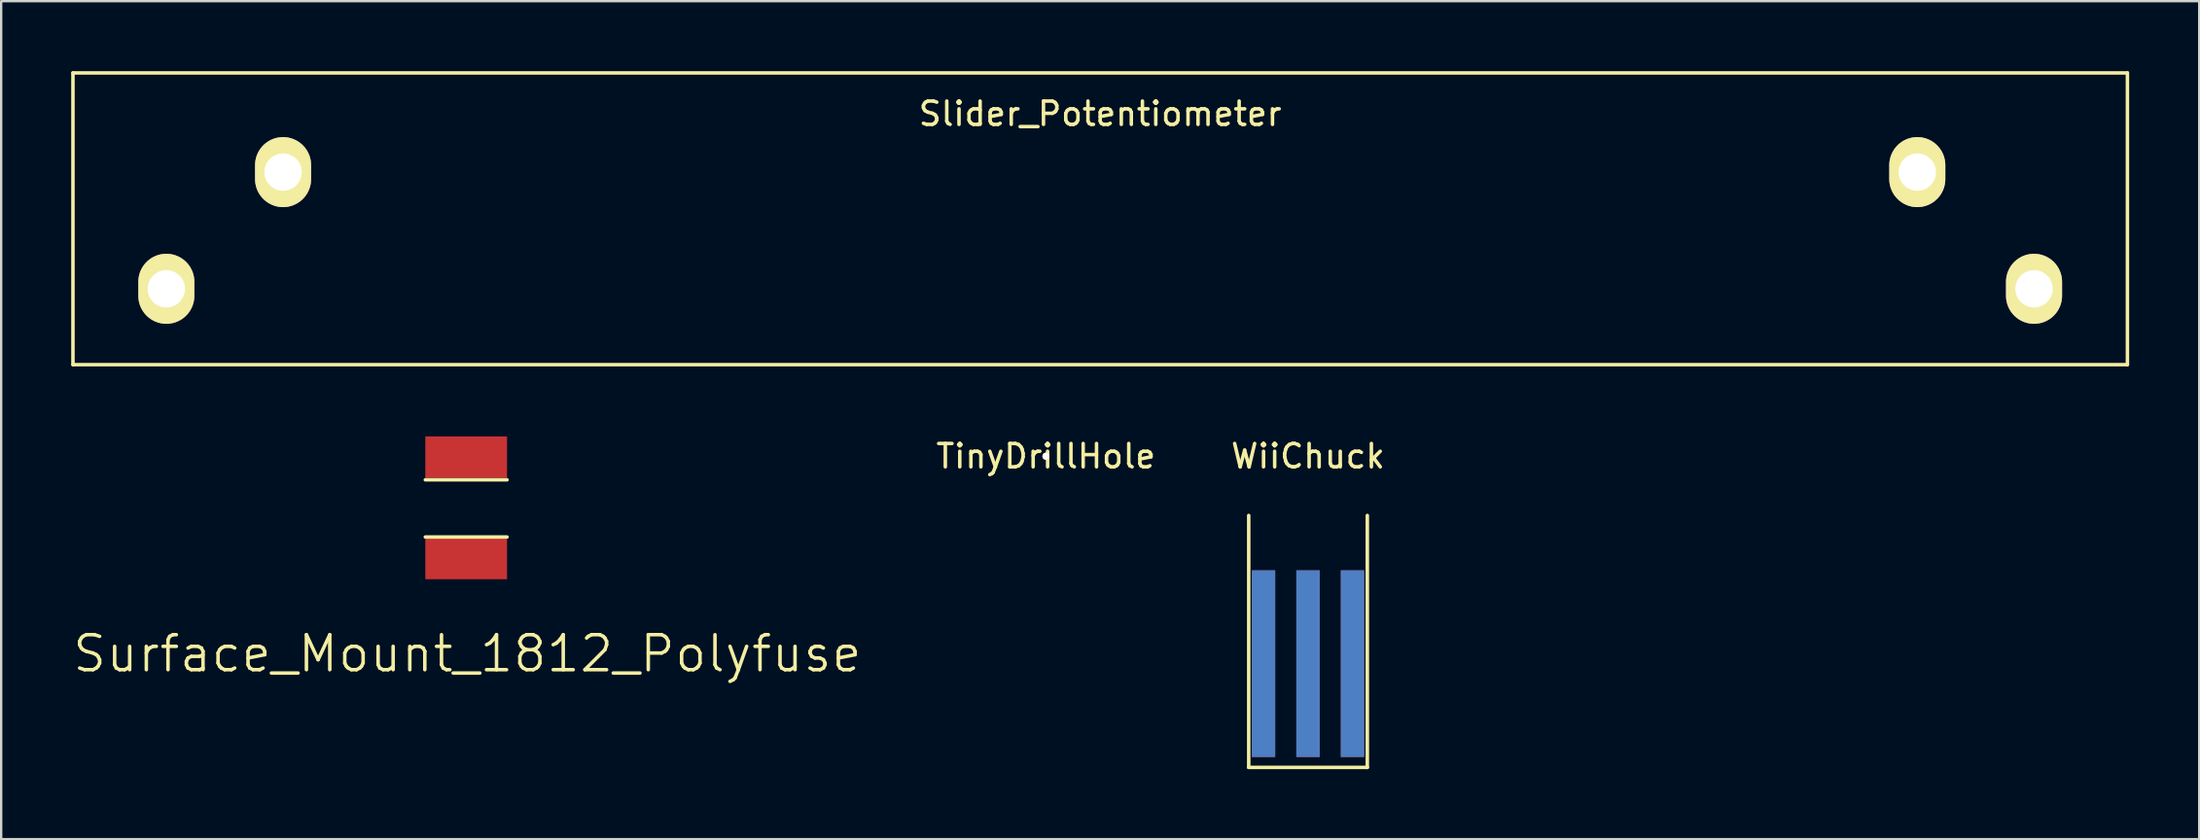
<source format=kicad_pcb>
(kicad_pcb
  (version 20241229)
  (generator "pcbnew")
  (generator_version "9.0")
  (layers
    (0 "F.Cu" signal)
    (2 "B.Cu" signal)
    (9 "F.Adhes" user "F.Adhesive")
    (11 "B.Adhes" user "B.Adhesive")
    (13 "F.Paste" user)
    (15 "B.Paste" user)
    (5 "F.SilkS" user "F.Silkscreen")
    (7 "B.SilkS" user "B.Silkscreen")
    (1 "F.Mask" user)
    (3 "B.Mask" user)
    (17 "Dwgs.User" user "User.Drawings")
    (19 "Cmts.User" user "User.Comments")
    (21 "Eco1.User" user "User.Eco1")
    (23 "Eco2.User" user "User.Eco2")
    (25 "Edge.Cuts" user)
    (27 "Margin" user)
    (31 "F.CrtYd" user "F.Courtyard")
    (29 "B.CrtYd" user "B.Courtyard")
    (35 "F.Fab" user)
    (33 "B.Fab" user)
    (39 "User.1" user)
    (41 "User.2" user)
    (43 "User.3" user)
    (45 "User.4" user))
  (footprint "Surface_Mount_1812_Polyfuse"
    (layer "F.Cu")
    (at 16.918 18.71)
    (property "Reference" "Surface_Mount_1812_Polyfuse" (at 0.05 6.25 0) (layer "F.SilkS") (effects (font (size 1.5 1.5) (thickness 0.15))))
    (attr through_hole)
    (fp_line (start -1.75 -1.2) (end 1.75 -1.2) (stroke (width 0.15) (type solid)) (layer "F.SilkS"))
    (fp_line (start -1.75 1.25) (end 1.75 1.25) (stroke (width 0.15) (type solid)) (layer "F.SilkS"))
    (pad "1" smd rect (at 0 -2.17) (size 3.5 1.78) (layers "F.Cu" "F.Mask" "F.Paste"))
    (pad "2" smd rect (at 0 2.17) (size 3.5 1.78) (layers "F.Cu" "F.Mask" "F.Paste")))
  (footprint "Slider_Potentiometer"
    (layer "F.Cu")
    (at 44.075 6.325)
    (property "Reference" "Slider_Potentiometer" (at 0 -4.5 0) (layer "F.SilkS") (effects (font (size 1 1) (thickness 0.15))))
    (attr through_hole)
    (fp_line (start -44 -6.25) (end -44 6.25) (stroke (width 0.15) (type solid)) (layer "F.SilkS"))
    (fp_line (start -44 -6.25) (end 44 -6.25) (stroke (width 0.15) (type solid)) (layer "F.SilkS"))
    (fp_line (start 44 -6.25) (end 44 6.25) (stroke (width 0.15) (type solid)) (layer "F.SilkS"))
    (fp_line (start 44 6.25) (end -44 6.25) (stroke (width 0.15) (type solid)) (layer "F.SilkS"))
    (pad "1" thru_hole oval (at -35 -2) (size 2.4 3) (drill 1.6) (layers "*.Cu" "*.Mask" "F.SilkS"))
    (pad "2" thru_hole oval (at -40 3) (size 2.4 3) (drill 1.6) (layers "*.Cu" "*.Mask" "F.SilkS"))
    (pad "2" thru_hole oval (at 40 3) (size 2.4 3) (drill 1.6) (layers "*.Cu" "*.Mask" "F.SilkS"))
    (pad "3" thru_hole oval (at 35 -2) (size 2.4 3) (drill 1.6) (layers "*.Cu" "*.Mask" "F.SilkS")))
  (footprint "TinyDrillHole"
    (layer "F.Cu")
    (at 41.751 16.498)
    (property "Reference" "TinyDrillHole" (at 0 0 0) (layer "F.SilkS") (effects (font (size 1 1) (thickness 0.15))))
    (attr through_hole)
    (pad "2" thru_hole circle (at 0 0) (size 0.3 0.3) (drill 0.3) (layers "*.Cu" "*.Mask" "F.SilkS")))
  (footprint "WiiChuck"
    (layer "F.Cu")
    (at 52.977 19.038)
    (property "Reference" "WiiChuck" (at 0 -2.54 0) (layer "F.SilkS") (effects (font (size 1 1) (thickness 0.15))))
    (attr through_hole)
    (fp_line (start -2.54 10.795) (end -2.54 0) (stroke (width 0.15) (type solid)) (layer "F.SilkS"))
    (fp_line (start -2.54 10.795) (end 2.54 10.795) (stroke (width 0.15) (type solid)) (layer "F.SilkS"))
    (fp_line (start 2.54 10.795) (end 2.54 0) (stroke (width 0.15) (type solid)) (layer "F.SilkS"))
    (pad "1" smd rect (at -1.905 6.35) (size 1 8) (layers "F.Cu" "F.Mask" "F.Paste"))
    (pad "2" smd rect (at 0 6.35) (size 1 8) (layers "F.Cu" "F.Mask" "F.Paste"))
    (pad "3" smd rect (at 1.905 6.35) (size 1 8) (layers "F.Cu" "F.Mask" "F.Paste"))
    (pad "4" smd rect (at -1.905 6.35) (size 1 8) (layers "B.Cu" "B.Mask" "B.Paste"))
    (pad "5" smd rect (at 0 6.35) (size 1 8) (layers "B.Cu" "B.Mask" "B.Paste"))
    (pad "6" smd rect (at 1.905 6.35) (size 1 8) (layers "B.Cu" "B.Mask" "B.Paste")))
  (gr_rect
    (start -3 -3)
    (end 91.15 32.908)
    (stroke (width 0.1) (type default))
    (fill no)
    (layer "Edge.Cuts")))
</source>
